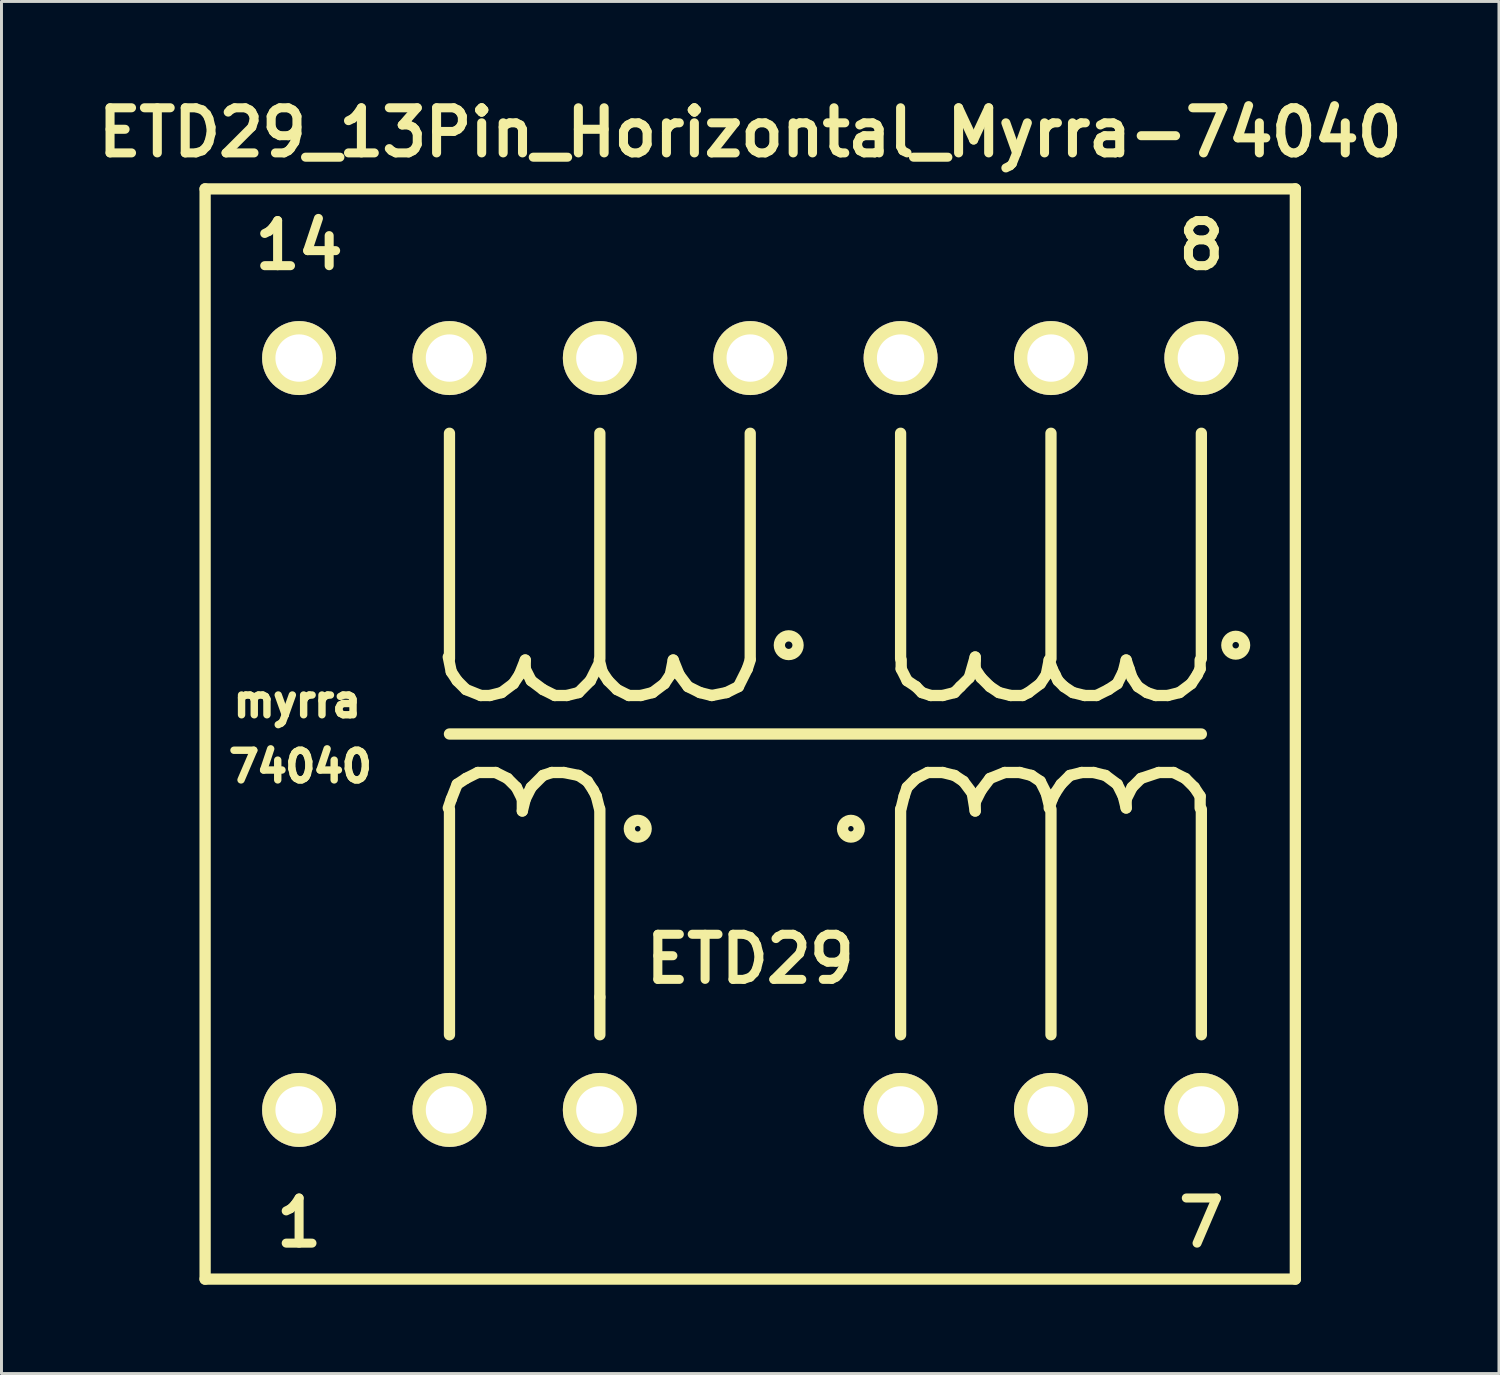
<source format=kicad_pcb>
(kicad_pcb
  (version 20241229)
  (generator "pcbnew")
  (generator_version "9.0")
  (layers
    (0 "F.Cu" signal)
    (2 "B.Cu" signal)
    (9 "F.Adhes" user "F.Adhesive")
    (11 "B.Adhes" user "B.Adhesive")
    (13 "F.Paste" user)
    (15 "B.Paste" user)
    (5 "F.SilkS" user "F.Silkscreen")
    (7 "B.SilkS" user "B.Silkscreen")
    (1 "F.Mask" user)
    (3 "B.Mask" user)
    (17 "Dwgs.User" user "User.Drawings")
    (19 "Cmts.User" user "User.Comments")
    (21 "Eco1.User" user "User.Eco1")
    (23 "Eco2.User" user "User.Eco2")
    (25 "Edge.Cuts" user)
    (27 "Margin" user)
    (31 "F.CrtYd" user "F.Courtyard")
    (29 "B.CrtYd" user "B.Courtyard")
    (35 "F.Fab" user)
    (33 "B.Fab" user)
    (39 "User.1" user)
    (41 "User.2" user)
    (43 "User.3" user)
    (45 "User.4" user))
  (footprint "ETD29_13Pin_Horizontal_Myrra-74040"
    (layer "F.Cu")
    (at 22.294 21.746)
    (property "Reference" "ETD29_13Pin_Horizontal_Myrra-74040" (at 0 -20.32 0) (layer "F.SilkS") (effects (font (size 1.524 1.524) (thickness 0.305))))
    (attr through_hole)
    (fp_line (start -18.415 -18.415) (end 18.415 -18.415) (stroke (width 0.381) (type solid)) (layer "F.SilkS"))
    (fp_line (start -18.415 18.415) (end -18.415 -18.415) (stroke (width 0.381) (type solid)) (layer "F.SilkS"))
    (fp_line (start -10.201 2.499) (end -10.099 2.2) (stroke (width 0.381) (type solid)) (layer "F.SilkS"))
    (fp_line (start -10.16 -2.54) (end -10.16 -10.16) (stroke (width 0.381) (type solid)) (layer "F.SilkS"))
    (fp_line (start -10.16 0) (end 15.24 0) (stroke (width 0.381) (type solid)) (layer "F.SilkS"))
    (fp_line (start -10.16 10.16) (end -10.16 2.54) (stroke (width 0.381) (type solid)) (layer "F.SilkS"))
    (fp_line (start -10.099 -2.101) (end -10.201 -2.601) (stroke (width 0.381) (type solid)) (layer "F.SilkS"))
    (fp_line (start -10.099 2.2) (end -9.901 1.699) (stroke (width 0.381) (type solid)) (layer "F.SilkS"))
    (fp_line (start -9.901 -1.801) (end -10.099 -2.101) (stroke (width 0.381) (type solid)) (layer "F.SilkS"))
    (fp_line (start -9.901 1.699) (end -9.601 1.501) (stroke (width 0.381) (type solid)) (layer "F.SilkS"))
    (fp_line (start -9.601 -1.501) (end -9.901 -1.801) (stroke (width 0.381) (type solid)) (layer "F.SilkS"))
    (fp_line (start -9.601 1.501) (end -9.2 1.3) (stroke (width 0.381) (type solid)) (layer "F.SilkS"))
    (fp_line (start -9.2 1.3) (end -8.6 1.3) (stroke (width 0.381) (type solid)) (layer "F.SilkS"))
    (fp_line (start -9.101 -1.3) (end -9.601 -1.501) (stroke (width 0.381) (type solid)) (layer "F.SilkS"))
    (fp_line (start -8.801 -1.3) (end -9.101 -1.3) (stroke (width 0.381) (type solid)) (layer "F.SilkS"))
    (fp_line (start -8.6 1.3) (end -8.199 1.501) (stroke (width 0.381) (type solid)) (layer "F.SilkS"))
    (fp_line (start -8.4 -1.4) (end -8.801 -1.3) (stroke (width 0.381) (type solid)) (layer "F.SilkS"))
    (fp_line (start -8.199 1.501) (end -7.899 1.801) (stroke (width 0.381) (type solid)) (layer "F.SilkS"))
    (fp_line (start -8.001 -1.699) (end -8.4 -1.4) (stroke (width 0.381) (type solid)) (layer "F.SilkS"))
    (fp_line (start -7.899 1.801) (end -7.699 2.2) (stroke (width 0.381) (type solid)) (layer "F.SilkS"))
    (fp_line (start -7.8 -1.999) (end -8.001 -1.699) (stroke (width 0.381) (type solid)) (layer "F.SilkS"))
    (fp_line (start -7.699 2.2) (end -7.699 2.601) (stroke (width 0.381) (type solid)) (layer "F.SilkS"))
    (fp_line (start -7.699 2.601) (end -7.6 2.2) (stroke (width 0.381) (type solid)) (layer "F.SilkS"))
    (fp_line (start -7.6 -2.499) (end -7.8 -1.999) (stroke (width 0.381) (type solid)) (layer "F.SilkS"))
    (fp_line (start -7.6 -2.2) (end -7.6 -2.499) (stroke (width 0.381) (type solid)) (layer "F.SilkS"))
    (fp_line (start -7.6 2.2) (end -7.399 1.801) (stroke (width 0.381) (type solid)) (layer "F.SilkS"))
    (fp_line (start -7.399 -1.801) (end -7.6 -2.2) (stroke (width 0.381) (type solid)) (layer "F.SilkS"))
    (fp_line (start -7.399 1.801) (end -7 1.4) (stroke (width 0.381) (type solid)) (layer "F.SilkS"))
    (fp_line (start -7 -1.501) (end -7.399 -1.801) (stroke (width 0.381) (type solid)) (layer "F.SilkS"))
    (fp_line (start -7 1.4) (end -6.701 1.3) (stroke (width 0.381) (type solid)) (layer "F.SilkS"))
    (fp_line (start -6.701 1.3) (end -6.299 1.3) (stroke (width 0.381) (type solid)) (layer "F.SilkS"))
    (fp_line (start -6.599 -1.3) (end -7 -1.501) (stroke (width 0.381) (type solid)) (layer "F.SilkS"))
    (fp_line (start -6.299 1.3) (end -5.799 1.4) (stroke (width 0.381) (type solid)) (layer "F.SilkS"))
    (fp_line (start -6.2 -1.3) (end -6.599 -1.3) (stroke (width 0.381) (type solid)) (layer "F.SilkS"))
    (fp_line (start -5.799 -1.4) (end -6.2 -1.3) (stroke (width 0.381) (type solid)) (layer "F.SilkS"))
    (fp_line (start -5.799 1.4) (end -5.499 1.6) (stroke (width 0.381) (type solid)) (layer "F.SilkS"))
    (fp_line (start -5.499 1.6) (end -5.301 1.9) (stroke (width 0.381) (type solid)) (layer "F.SilkS"))
    (fp_line (start -5.4 -1.801) (end -5.799 -1.4) (stroke (width 0.381) (type solid)) (layer "F.SilkS"))
    (fp_line (start -5.301 1.9) (end -5.199 2.101) (stroke (width 0.381) (type solid)) (layer "F.SilkS"))
    (fp_line (start -5.199 2.101) (end -5.1 2.499) (stroke (width 0.381) (type solid)) (layer "F.SilkS"))
    (fp_line (start -5.1 -2.4) (end -5.4 -1.801) (stroke (width 0.381) (type solid)) (layer "F.SilkS"))
    (fp_line (start -5.08 -2.54) (end -5.08 -10.16) (stroke (width 0.381) (type solid)) (layer "F.SilkS"))
    (fp_line (start -5.08 2.54) (end -5.08 8.89) (stroke (width 0.381) (type solid)) (layer "F.SilkS"))
    (fp_line (start -5.08 8.89) (end -5.08 10.16) (stroke (width 0.381) (type solid)) (layer "F.SilkS"))
    (fp_line (start -5.001 -2.101) (end -5.1 -2.499) (stroke (width 0.381) (type solid)) (layer "F.SilkS"))
    (fp_line (start -4.801 -1.801) (end -5.001 -2.101) (stroke (width 0.381) (type solid)) (layer "F.SilkS"))
    (fp_line (start -4.501 -1.501) (end -4.801 -1.801) (stroke (width 0.381) (type solid)) (layer "F.SilkS"))
    (fp_line (start -4.1 -1.3) (end -4.501 -1.501) (stroke (width 0.381) (type solid)) (layer "F.SilkS"))
    (fp_line (start -3.701 -1.3) (end -4.1 -1.3) (stroke (width 0.381) (type solid)) (layer "F.SilkS"))
    (fp_line (start -3.299 -1.4) (end -3.701 -1.3) (stroke (width 0.381) (type solid)) (layer "F.SilkS"))
    (fp_line (start -2.901 -1.699) (end -3.299 -1.4) (stroke (width 0.381) (type solid)) (layer "F.SilkS"))
    (fp_line (start -2.7 -1.999) (end -2.901 -1.699) (stroke (width 0.381) (type solid)) (layer "F.SilkS"))
    (fp_line (start -2.601 -2.499) (end -2.7 -1.999) (stroke (width 0.381) (type solid)) (layer "F.SilkS"))
    (fp_line (start -2.4 -1.999) (end -2.601 -2.499) (stroke (width 0.381) (type solid)) (layer "F.SilkS"))
    (fp_line (start -2.101 -1.6) (end -2.4 -1.999) (stroke (width 0.381) (type solid)) (layer "F.SilkS"))
    (fp_line (start -1.699 -1.4) (end -2.101 -1.6) (stroke (width 0.381) (type solid)) (layer "F.SilkS"))
    (fp_line (start -1.3 -1.3) (end -1.699 -1.4) (stroke (width 0.381) (type solid)) (layer "F.SilkS"))
    (fp_line (start -0.8 -1.4) (end -1.3 -1.3) (stroke (width 0.381) (type solid)) (layer "F.SilkS"))
    (fp_line (start -0.399 -1.6) (end -0.8 -1.4) (stroke (width 0.381) (type solid)) (layer "F.SilkS"))
    (fp_line (start -0.099 -2.2) (end -0.399 -1.6) (stroke (width 0.381) (type solid)) (layer "F.SilkS"))
    (fp_line (start 0 -2.54) (end 0 -10.16) (stroke (width 0.381) (type solid)) (layer "F.SilkS"))
    (fp_line (start 0 -2.499) (end -0.099 -2.2) (stroke (width 0.381) (type solid)) (layer "F.SilkS"))
    (fp_line (start 5.08 -2.54) (end 5.08 -10.16) (stroke (width 0.381) (type solid)) (layer "F.SilkS"))
    (fp_line (start 5.08 2.54) (end 5.08 10.16) (stroke (width 0.381) (type solid)) (layer "F.SilkS"))
    (fp_line (start 5.1 -2.2) (end 5.1 -2.499) (stroke (width 0.381) (type solid)) (layer "F.SilkS"))
    (fp_line (start 5.199 2.101) (end 5.1 2.499) (stroke (width 0.381) (type solid)) (layer "F.SilkS"))
    (fp_line (start 5.301 -1.801) (end 5.1 -2.2) (stroke (width 0.381) (type solid)) (layer "F.SilkS"))
    (fp_line (start 5.301 1.801) (end 5.199 2.101) (stroke (width 0.381) (type solid)) (layer "F.SilkS"))
    (fp_line (start 5.601 -1.6) (end 5.301 -1.801) (stroke (width 0.381) (type solid)) (layer "F.SilkS"))
    (fp_line (start 5.601 1.501) (end 5.301 1.801) (stroke (width 0.381) (type solid)) (layer "F.SilkS"))
    (fp_line (start 5.799 -1.4) (end 5.601 -1.6) (stroke (width 0.381) (type solid)) (layer "F.SilkS"))
    (fp_line (start 5.999 1.3) (end 5.601 1.501) (stroke (width 0.381) (type solid)) (layer "F.SilkS"))
    (fp_line (start 6.101 -1.3) (end 5.799 -1.4) (stroke (width 0.381) (type solid)) (layer "F.SilkS"))
    (fp_line (start 6.5 -1.3) (end 6.101 -1.3) (stroke (width 0.381) (type solid)) (layer "F.SilkS"))
    (fp_line (start 6.5 1.3) (end 5.999 1.3) (stroke (width 0.381) (type solid)) (layer "F.SilkS"))
    (fp_line (start 6.901 -1.4) (end 6.5 -1.3) (stroke (width 0.381) (type solid)) (layer "F.SilkS"))
    (fp_line (start 6.901 1.4) (end 6.5 1.3) (stroke (width 0.381) (type solid)) (layer "F.SilkS"))
    (fp_line (start 7.099 -1.6) (end 6.901 -1.4) (stroke (width 0.381) (type solid)) (layer "F.SilkS"))
    (fp_line (start 7.201 1.6) (end 6.901 1.4) (stroke (width 0.381) (type solid)) (layer "F.SilkS"))
    (fp_line (start 7.399 -1.9) (end 7.099 -1.6) (stroke (width 0.381) (type solid)) (layer "F.SilkS"))
    (fp_line (start 7.501 1.999) (end 7.201 1.6) (stroke (width 0.381) (type solid)) (layer "F.SilkS"))
    (fp_line (start 7.6 -2.601) (end 7.399 -1.9) (stroke (width 0.381) (type solid)) (layer "F.SilkS"))
    (fp_line (start 7.6 -2.499) (end 7.6 -2.601) (stroke (width 0.381) (type solid)) (layer "F.SilkS"))
    (fp_line (start 7.6 -2.2) (end 7.6 -2.499) (stroke (width 0.381) (type solid)) (layer "F.SilkS"))
    (fp_line (start 7.6 2.301) (end 7.6 2.601) (stroke (width 0.381) (type solid)) (layer "F.SilkS"))
    (fp_line (start 7.6 2.601) (end 7.501 1.999) (stroke (width 0.381) (type solid)) (layer "F.SilkS"))
    (fp_line (start 7.8 -1.9) (end 7.6 -2.2) (stroke (width 0.381) (type solid)) (layer "F.SilkS"))
    (fp_line (start 7.8 1.9) (end 7.6 2.301) (stroke (width 0.381) (type solid)) (layer "F.SilkS"))
    (fp_line (start 8.1 -1.6) (end 7.8 -1.9) (stroke (width 0.381) (type solid)) (layer "F.SilkS"))
    (fp_line (start 8.1 1.501) (end 7.8 1.9) (stroke (width 0.381) (type solid)) (layer "F.SilkS"))
    (fp_line (start 8.4 -1.4) (end 8.1 -1.6) (stroke (width 0.381) (type solid)) (layer "F.SilkS"))
    (fp_line (start 8.6 1.3) (end 8.1 1.501) (stroke (width 0.381) (type solid)) (layer "F.SilkS"))
    (fp_line (start 8.801 -1.3) (end 8.4 -1.4) (stroke (width 0.381) (type solid)) (layer "F.SilkS"))
    (fp_line (start 9.101 1.3) (end 8.6 1.3) (stroke (width 0.381) (type solid)) (layer "F.SilkS"))
    (fp_line (start 9.2 -1.3) (end 8.801 -1.3) (stroke (width 0.381) (type solid)) (layer "F.SilkS"))
    (fp_line (start 9.401 -1.4) (end 9.2 -1.3) (stroke (width 0.381) (type solid)) (layer "F.SilkS"))
    (fp_line (start 9.5 1.4) (end 9.101 1.3) (stroke (width 0.381) (type solid)) (layer "F.SilkS"))
    (fp_line (start 9.799 -1.699) (end 9.401 -1.4) (stroke (width 0.381) (type solid)) (layer "F.SilkS"))
    (fp_line (start 9.799 1.6) (end 9.5 1.4) (stroke (width 0.381) (type solid)) (layer "F.SilkS"))
    (fp_line (start 10 -1.999) (end 9.799 -1.699) (stroke (width 0.381) (type solid)) (layer "F.SilkS"))
    (fp_line (start 10 1.999) (end 9.799 1.6) (stroke (width 0.381) (type solid)) (layer "F.SilkS"))
    (fp_line (start 10.099 -2.499) (end 10 -1.999) (stroke (width 0.381) (type solid)) (layer "F.SilkS"))
    (fp_line (start 10.099 2.4) (end 10 1.999) (stroke (width 0.381) (type solid)) (layer "F.SilkS"))
    (fp_line (start 10.16 -2.54) (end 10.16 -10.16) (stroke (width 0.381) (type solid)) (layer "F.SilkS"))
    (fp_line (start 10.16 2.54) (end 10.16 10.16) (stroke (width 0.381) (type solid)) (layer "F.SilkS"))
    (fp_line (start 10.201 -2.2) (end 10.099 -2.499) (stroke (width 0.381) (type solid)) (layer "F.SilkS"))
    (fp_line (start 10.201 2.2) (end 10.099 2.499) (stroke (width 0.381) (type solid)) (layer "F.SilkS"))
    (fp_line (start 10.3 -1.999) (end 10.201 -2.2) (stroke (width 0.381) (type solid)) (layer "F.SilkS"))
    (fp_line (start 10.3 1.999) (end 10.201 2.2) (stroke (width 0.381) (type solid)) (layer "F.SilkS"))
    (fp_line (start 10.399 -1.801) (end 10.3 -1.999) (stroke (width 0.381) (type solid)) (layer "F.SilkS"))
    (fp_line (start 10.5 1.699) (end 10.3 1.999) (stroke (width 0.381) (type solid)) (layer "F.SilkS"))
    (fp_line (start 10.599 -1.6) (end 10.399 -1.801) (stroke (width 0.381) (type solid)) (layer "F.SilkS"))
    (fp_line (start 10.8 1.4) (end 10.5 1.699) (stroke (width 0.381) (type solid)) (layer "F.SilkS"))
    (fp_line (start 10.899 -1.4) (end 10.599 -1.6) (stroke (width 0.381) (type solid)) (layer "F.SilkS"))
    (fp_line (start 11.199 1.3) (end 10.8 1.4) (stroke (width 0.381) (type solid)) (layer "F.SilkS"))
    (fp_line (start 11.3 -1.3) (end 10.899 -1.4) (stroke (width 0.381) (type solid)) (layer "F.SilkS"))
    (fp_line (start 11.6 1.3) (end 11.199 1.3) (stroke (width 0.381) (type solid)) (layer "F.SilkS"))
    (fp_line (start 11.699 -1.3) (end 11.3 -1.3) (stroke (width 0.381) (type solid)) (layer "F.SilkS"))
    (fp_line (start 11.999 1.4) (end 11.6 1.3) (stroke (width 0.381) (type solid)) (layer "F.SilkS"))
    (fp_line (start 12.101 -1.501) (end 11.699 -1.3) (stroke (width 0.381) (type solid)) (layer "F.SilkS"))
    (fp_line (start 12.4 -1.699) (end 12.101 -1.501) (stroke (width 0.381) (type solid)) (layer "F.SilkS"))
    (fp_line (start 12.4 1.699) (end 11.999 1.4) (stroke (width 0.381) (type solid)) (layer "F.SilkS"))
    (fp_line (start 12.601 -2.101) (end 12.4 -1.699) (stroke (width 0.381) (type solid)) (layer "F.SilkS"))
    (fp_line (start 12.601 2.101) (end 12.4 1.699) (stroke (width 0.381) (type solid)) (layer "F.SilkS"))
    (fp_line (start 12.7 -2.499) (end 12.601 -2.101) (stroke (width 0.381) (type solid)) (layer "F.SilkS"))
    (fp_line (start 12.7 2.2) (end 12.7 2.499) (stroke (width 0.381) (type solid)) (layer "F.SilkS"))
    (fp_line (start 12.7 2.499) (end 12.601 2.101) (stroke (width 0.381) (type solid)) (layer "F.SilkS"))
    (fp_line (start 12.799 -2.2) (end 12.7 -2.499) (stroke (width 0.381) (type solid)) (layer "F.SilkS"))
    (fp_line (start 12.901 -1.9) (end 12.799 -2.2) (stroke (width 0.381) (type solid)) (layer "F.SilkS"))
    (fp_line (start 12.901 1.801) (end 12.7 2.2) (stroke (width 0.381) (type solid)) (layer "F.SilkS"))
    (fp_line (start 13.099 -1.6) (end 12.901 -1.9) (stroke (width 0.381) (type solid)) (layer "F.SilkS"))
    (fp_line (start 13.2 1.501) (end 12.901 1.801) (stroke (width 0.381) (type solid)) (layer "F.SilkS"))
    (fp_line (start 13.401 -1.4) (end 13.099 -1.6) (stroke (width 0.381) (type solid)) (layer "F.SilkS"))
    (fp_line (start 13.701 -1.3) (end 13.401 -1.4) (stroke (width 0.381) (type solid)) (layer "F.SilkS"))
    (fp_line (start 13.8 1.3) (end 13.2 1.501) (stroke (width 0.381) (type solid)) (layer "F.SilkS"))
    (fp_line (start 14.1 -1.3) (end 13.701 -1.3) (stroke (width 0.381) (type solid)) (layer "F.SilkS"))
    (fp_line (start 14.3 1.3) (end 13.8 1.3) (stroke (width 0.381) (type solid)) (layer "F.SilkS"))
    (fp_line (start 14.501 -1.4) (end 14.1 -1.3) (stroke (width 0.381) (type solid)) (layer "F.SilkS"))
    (fp_line (start 14.699 1.501) (end 14.3 1.3) (stroke (width 0.381) (type solid)) (layer "F.SilkS"))
    (fp_line (start 14.9 -1.699) (end 14.501 -1.4) (stroke (width 0.381) (type solid)) (layer "F.SilkS"))
    (fp_line (start 15.001 1.801) (end 14.699 1.501) (stroke (width 0.381) (type solid)) (layer "F.SilkS"))
    (fp_line (start 15.1 -1.999) (end 14.9 -1.699) (stroke (width 0.381) (type solid)) (layer "F.SilkS"))
    (fp_line (start 15.199 -2.499) (end 15.199 -2.2) (stroke (width 0.381) (type solid)) (layer "F.SilkS"))
    (fp_line (start 15.199 -2.2) (end 15.1 -1.999) (stroke (width 0.381) (type solid)) (layer "F.SilkS"))
    (fp_line (start 15.199 2.101) (end 15.001 1.801) (stroke (width 0.381) (type solid)) (layer "F.SilkS"))
    (fp_line (start 15.199 2.499) (end 15.199 2.101) (stroke (width 0.381) (type solid)) (layer "F.SilkS"))
    (fp_line (start 15.24 -2.54) (end 15.24 -10.16) (stroke (width 0.381) (type solid)) (layer "F.SilkS"))
    (fp_line (start 15.24 2.54) (end 15.24 10.16) (stroke (width 0.381) (type solid)) (layer "F.SilkS"))
    (fp_line (start 18.415 -18.415) (end 18.415 18.415) (stroke (width 0.381) (type solid)) (layer "F.SilkS"))
    (fp_line (start 18.415 18.415) (end -18.415 18.415) (stroke (width 0.381) (type solid)) (layer "F.SilkS"))
    (fp_circle (center -3.8 3.2) (end -3.599 3.401) (stroke (width 0.381) (type solid)) (fill no) (layer "F.SilkS"))
    (fp_circle (center 1.3 -3) (end 1.4 -2.7) (stroke (width 0.381) (type solid)) (fill no) (layer "F.SilkS"))
    (fp_circle (center 3.401 3.2) (end 3.599 3.401) (stroke (width 0.381) (type solid)) (fill no) (layer "F.SilkS"))
    (fp_circle (center 16.401 -3) (end 16.401 -2.7) (stroke (width 0.381) (type solid)) (fill no) (layer "F.SilkS"))
    (fp_text user "74040" (at -15.199 1.1 0) (layer "F.SilkS") (effects (font (size 1.001 1.001) (thickness 0.251))))
    (fp_text user "myrra" (at -15.301 -1.1 0) (layer "F.SilkS") (effects (font (size 1.001 1.001) (thickness 0.251))))
    (fp_text user "8" (at 15.24 -16.51 0) (layer "F.SilkS") (effects (font (size 1.524 1.524) (thickness 0.305))))
    (fp_text user "1" (at -15.24 16.51 0) (layer "F.SilkS") (effects (font (size 1.524 1.524) (thickness 0.305))))
    (fp_text user "ETD29" (at 0 7.6 0) (layer "F.SilkS") (effects (font (size 1.524 1.524) (thickness 0.305))))
    (fp_text user "14" (at -15.24 -16.51 0) (layer "F.SilkS") (effects (font (size 1.524 1.524) (thickness 0.305))))
    (fp_text user "7" (at 15.24 16.51 0) (layer "F.SilkS") (effects (font (size 1.524 1.524) (thickness 0.305))))
    (pad "1" thru_hole circle (at -15.24 12.7) (size 2.499 2.499) (drill 1.6) (layers "*.Cu" "*.Mask" "F.SilkS"))
    (pad "2" thru_hole circle (at -10.16 12.7) (size 2.499 2.499) (drill 1.6) (layers "*.Cu" "*.Mask" "F.SilkS"))
    (pad "3" thru_hole circle (at -5.08 12.7) (size 2.499 2.499) (drill 1.6) (layers "*.Cu" "*.Mask" "F.SilkS"))
    (pad "5" thru_hole circle (at 5.08 12.7) (size 2.499 2.499) (drill 1.6) (layers "*.Cu" "*.Mask" "F.SilkS"))
    (pad "6" thru_hole circle (at 10.16 12.7) (size 2.499 2.499) (drill 1.6) (layers "*.Cu" "*.Mask" "F.SilkS"))
    (pad "7" thru_hole circle (at 15.24 12.7) (size 2.499 2.499) (drill 1.6) (layers "*.Cu" "*.Mask" "F.SilkS"))
    (pad "8" thru_hole circle (at 15.24 -12.7) (size 2.499 2.499) (drill 1.6) (layers "*.Cu" "*.Mask" "F.SilkS"))
    (pad "9" thru_hole circle (at 10.16 -12.7) (size 2.499 2.499) (drill 1.6) (layers "*.Cu" "*.Mask" "F.SilkS"))
    (pad "10" thru_hole circle (at 5.08 -12.7) (size 2.499 2.499) (drill 1.6) (layers "*.Cu" "*.Mask" "F.SilkS"))
    (pad "11" thru_hole circle (at 0 -12.7) (size 2.499 2.499) (drill 1.6) (layers "*.Cu" "*.Mask" "F.SilkS"))
    (pad "12" thru_hole circle (at -5.08 -12.7) (size 2.499 2.499) (drill 1.6) (layers "*.Cu" "*.Mask" "F.SilkS"))
    (pad "13" thru_hole circle (at -10.16 -12.7) (size 2.499 2.499) (drill 1.6) (layers "*.Cu" "*.Mask" "F.SilkS"))
    (pad "14" thru_hole circle (at -15.24 -12.7) (size 2.499 2.499) (drill 1.6) (layers "*.Cu" "*.Mask" "F.SilkS")))
  (gr_rect
    (start -3 -3)
    (end 47.588 43.352)
    (stroke (width 0.1) (type default))
    (fill no)
    (layer "Edge.Cuts")))
</source>
